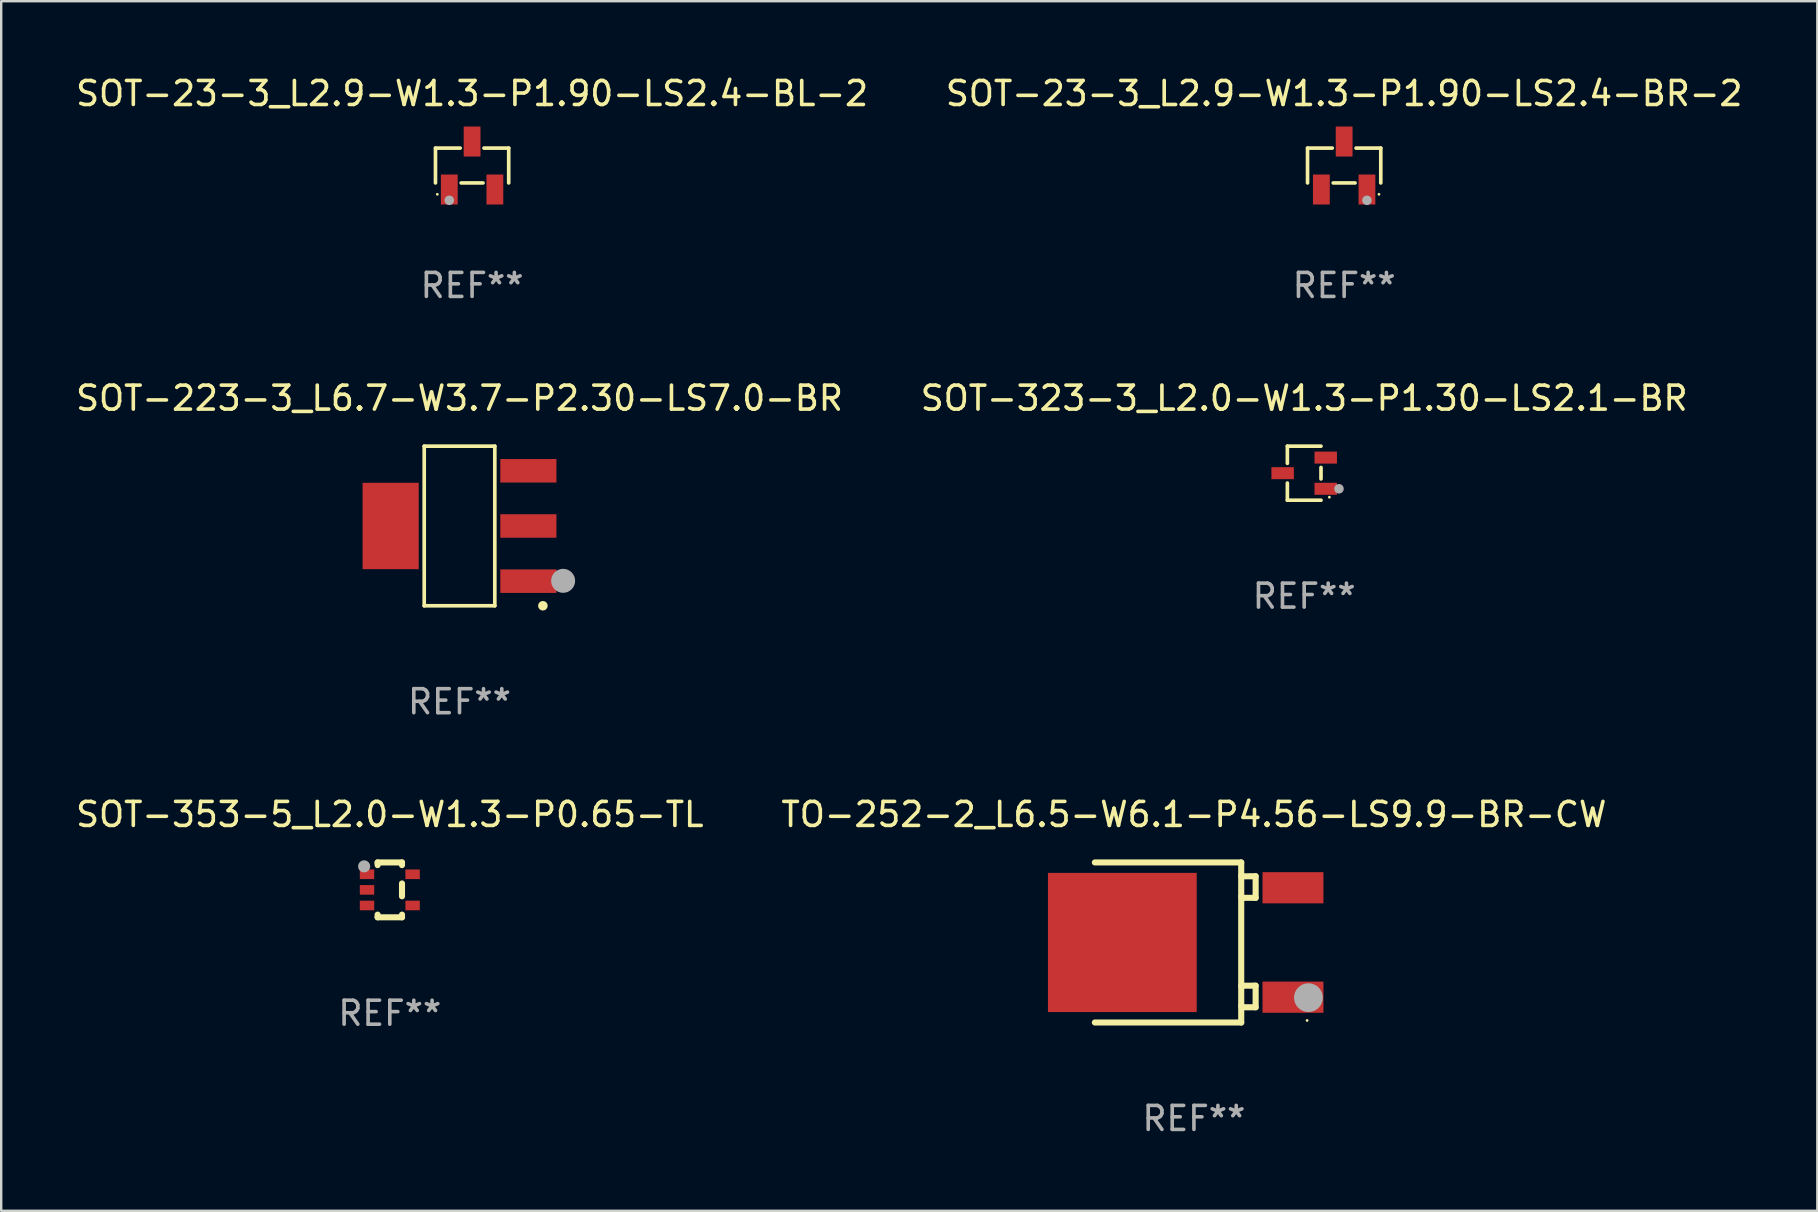
<source format=kicad_pcb>
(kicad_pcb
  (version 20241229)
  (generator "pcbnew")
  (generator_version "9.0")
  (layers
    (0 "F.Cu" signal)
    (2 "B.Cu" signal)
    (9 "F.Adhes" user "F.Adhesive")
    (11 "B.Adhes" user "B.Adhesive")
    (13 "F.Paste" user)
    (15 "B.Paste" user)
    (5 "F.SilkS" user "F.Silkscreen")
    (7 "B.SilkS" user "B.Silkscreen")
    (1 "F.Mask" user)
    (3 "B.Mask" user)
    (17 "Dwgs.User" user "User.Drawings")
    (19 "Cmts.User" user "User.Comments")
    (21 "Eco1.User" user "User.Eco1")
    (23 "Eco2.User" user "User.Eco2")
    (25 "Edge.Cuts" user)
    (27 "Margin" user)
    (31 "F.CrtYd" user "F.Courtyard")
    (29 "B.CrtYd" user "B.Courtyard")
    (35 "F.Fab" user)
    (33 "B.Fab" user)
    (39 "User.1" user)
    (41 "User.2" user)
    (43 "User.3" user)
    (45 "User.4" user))
  (footprint "TO-252-2_L6.5-W6.1-P4.56-LS9.9-BR-CW"
    (layer "F.Cu")
    (at 47.281 36.229)
    (property "Reference" "TO-252-2_L6.5-W6.1-P4.56-LS9.9-BR-CW" (at -0.572 -5.335 0) (layer "F.SilkS") (effects (font (size 1 1) (thickness 0.15))))
    (attr through_hole)
    (fp_line (start 1.399 -3.335) (end -4.701 -3.335) (stroke (width 0.254) (type solid)) (layer "F.SilkS"))
    (fp_line (start 1.399 -3.335) (end 1.399 3.335) (stroke (width 0.254) (type solid)) (layer "F.SilkS"))
    (fp_line (start 1.399 -2.757) (end 2 -2.76) (stroke (width 0.254) (type solid)) (layer "F.SilkS"))
    (fp_line (start 1.399 1.803) (end 2 1.8) (stroke (width 0.254) (type solid)) (layer "F.SilkS"))
    (fp_line (start 1.399 3.335) (end -4.701 3.335) (stroke (width 0.254) (type solid)) (layer "F.SilkS"))
    (fp_line (start 1.455 -1.86) (end 1.399 -1.916) (stroke (width 0.254) (type solid)) (layer "F.SilkS"))
    (fp_line (start 1.455 2.7) (end 1.399 2.644) (stroke (width 0.254) (type solid)) (layer "F.SilkS"))
    (fp_line (start 2 -2.76) (end 2 -1.86) (stroke (width 0.254) (type solid)) (layer "F.SilkS"))
    (fp_line (start 2 -1.86) (end 1.455 -1.86) (stroke (width 0.254) (type solid)) (layer "F.SilkS"))
    (fp_line (start 2 1.8) (end 2 2.7) (stroke (width 0.254) (type solid)) (layer "F.SilkS"))
    (fp_line (start 2 2.7) (end 1.455 2.7) (stroke (width 0.254) (type solid)) (layer "F.SilkS"))
    (fp_circle (center 4.144 3.25) (end 4.174 3.25) (stroke (width 0.06) (type solid)) (fill no) (layer "F.SilkS"))
    (fp_circle (center 4.2 2.3) (end 4.5 2.3) (stroke (width 0.6) (type solid)) (fill no) (layer "F.Fab"))
    (fp_text user "REF**" (at -0.572 7.335 0) (layer "F.Fab") (effects (font (size 1 1) (thickness 0.15))))
    (pad "1" smd rect (at 3.556 2.28) (size 2.54 1.3) (layers "F.Cu" "F.Mask" "F.Paste"))
    (pad "2" smd rect (at -3.556 0) (size 6.2 5.8) (layers "F.Cu" "F.Mask" "F.Paste"))
    (pad "3" smd rect (at 3.556 -2.28) (size 2.54 1.3) (layers "F.Cu" "F.Mask" "F.Paste")))
  (footprint "SOT-353-5_L2.0-W1.3-P0.65-TL"
    (layer "F.Cu")
    (at 13.196 34.037)
    (property "Reference" "SOT-353-5_L2.0-W1.3-P0.65-TL" (at 0 -3.143 0) (layer "F.SilkS") (effects (font (size 1 1) (thickness 0.15))))
    (attr through_hole)
    (fp_line (start -0.508 -1.143) (end 0.508 -1.143) (stroke (width 0.254) (type solid)) (layer "F.SilkS"))
    (fp_line (start -0.508 -1.032) (end -0.508 -1.143) (stroke (width 0.254) (type solid)) (layer "F.SilkS"))
    (fp_line (start -0.508 1.143) (end -0.508 1.032) (stroke (width 0.254) (type solid)) (layer "F.SilkS"))
    (fp_line (start 0.508 -1.143) (end 0.508 -1.032) (stroke (width 0.254) (type solid)) (layer "F.SilkS"))
    (fp_line (start 0.508 -0.268) (end 0.508 0.268) (stroke (width 0.254) (type solid)) (layer "F.SilkS"))
    (fp_line (start 0.508 1.032) (end 0.508 1.143) (stroke (width 0.254) (type solid)) (layer "F.SilkS"))
    (fp_line (start 0.508 1.143) (end -0.508 1.143) (stroke (width 0.254) (type solid)) (layer "F.SilkS"))
    (fp_circle (center -1.05 -1) (end -1.02 -1) (stroke (width 0.06) (type solid)) (fill no) (layer "F.SilkS"))
    (fp_circle (center -1.07 -0.98) (end -0.943 -0.98) (stroke (width 0.254) (type solid)) (fill no) (layer "F.Fab"))
    (fp_text user "REF**" (at 0 5.143 0) (layer "F.Fab") (effects (font (size 1 1) (thickness 0.15))))
    (pad "1" smd rect (at -0.95 -0.65 90) (size 0.4 0.6) (layers "F.Cu" "F.Mask" "F.Paste"))
    (pad "2" smd rect (at -0.95 0 90) (size 0.4 0.6) (layers "F.Cu" "F.Mask" "F.Paste"))
    (pad "3" smd rect (at -0.95 0.65 90) (size 0.4 0.6) (layers "F.Cu" "F.Mask" "F.Paste"))
    (pad "4" smd rect (at 0.95 0.65 90) (size 0.4 0.6) (layers "F.Cu" "F.Mask" "F.Paste"))
    (pad "5" smd rect (at 0.95 -0.65 90) (size 0.4 0.6) (layers "F.Cu" "F.Mask" "F.Paste")))
  (footprint "SOT-23-3_L2.9-W1.3-P1.90-LS2.4-BL-2"
    (layer "F.Cu")
    (at 16.625 3.848)
    (property "Reference" "SOT-23-3_L2.9-W1.3-P1.90-LS2.4-BL-2" (at 0 -3 0) (layer "F.SilkS") (effects (font (size 1 1) (thickness 0.15))))
    (attr through_hole)
    (fp_line (start -1.526 -0.726) (end -0.495 -0.726) (stroke (width 0.152) (type solid)) (layer "F.SilkS"))
    (fp_line (start -1.526 0.726) (end -1.526 -0.726) (stroke (width 0.152) (type solid)) (layer "F.SilkS"))
    (fp_line (start 0.455 0.726) (end -0.455 0.726) (stroke (width 0.152) (type solid)) (layer "F.SilkS"))
    (fp_line (start 1.526 -0.726) (end 0.495 -0.726) (stroke (width 0.152) (type solid)) (layer "F.SilkS"))
    (fp_line (start 1.526 0.726) (end 1.526 -0.726) (stroke (width 0.152) (type solid)) (layer "F.SilkS"))
    (fp_circle (center -1.45 1.2) (end -1.42 1.2) (stroke (width 0.06) (type solid)) (fill no) (layer "F.SilkS"))
    (fp_circle (center -0.95 1.45) (end -0.85 1.45) (stroke (width 0.2) (type solid)) (fill no) (layer "F.Fab"))
    (fp_text user "REF**" (at 0 5 0) (layer "F.Fab") (effects (font (size 1 1) (thickness 0.15))))
    (pad "1" smd rect (at -0.95 1 270) (size 1.25 0.7) (layers "F.Cu" "F.Mask" "F.Paste"))
    (pad "2" smd rect (at 0.95 1 270) (size 1.25 0.7) (layers "F.Cu" "F.Mask" "F.Paste"))
    (pad "3" smd rect (at 0 -1 270) (size 1.25 0.7) (layers "F.Cu" "F.Mask" "F.Paste")))
  (footprint "SOT-323-3_L2.0-W1.3-P1.30-LS2.1-BR"
    (layer "F.Cu")
    (at 51.304 16.671)
    (property "Reference" "SOT-323-3_L2.0-W1.3-P1.30-LS2.1-BR" (at 0 -3.126 0) (layer "F.SilkS") (effects (font (size 1 1) (thickness 0.15))))
    (attr through_hole)
    (fp_line (start -0.701 -1.126) (end -0.701 -0.411) (stroke (width 0.152) (type solid)) (layer "F.SilkS"))
    (fp_line (start -0.701 1.126) (end -0.701 0.411) (stroke (width 0.152) (type solid)) (layer "F.SilkS"))
    (fp_line (start 0.701 -1.126) (end -0.701 -1.126) (stroke (width 0.152) (type solid)) (layer "F.SilkS"))
    (fp_line (start 0.701 -0.239) (end 0.701 0.239) (stroke (width 0.152) (type solid)) (layer "F.SilkS"))
    (fp_line (start 0.701 1.126) (end -0.701 1.126) (stroke (width 0.152) (type solid)) (layer "F.SilkS"))
    (fp_circle (center 1.05 1) (end 1.08 1) (stroke (width 0.06) (type solid)) (fill no) (layer "F.SilkS"))
    (fp_circle (center 1.45 0.65) (end 1.55 0.65) (stroke (width 0.2) (type solid)) (fill no) (layer "F.Fab"))
    (fp_text user "REF**" (at 0 5.126 0) (layer "F.Fab") (effects (font (size 1 1) (thickness 0.15))))
    (pad "1" smd rect (at 0.898 0.65) (size 0.936 0.5) (layers "F.Cu" "F.Mask" "F.Paste"))
    (pad "2" smd rect (at 0.898 -0.65) (size 0.936 0.5) (layers "F.Cu" "F.Mask" "F.Paste"))
    (pad "3" smd rect (at -0.898 0) (size 0.936 0.5) (layers "F.Cu" "F.Mask" "F.Paste")))
  (footprint "SOT-223-3_L6.7-W3.7-P2.30-LS7.0-BR"
    (layer "F.Cu")
    (at 16.101 18.871)
    (property "Reference" "SOT-223-3_L6.7-W3.7-P2.30-LS7.0-BR" (at 0 -5.326 0) (layer "F.SilkS") (effects (font (size 1 1) (thickness 0.15))))
    (attr through_hole)
    (fp_line (start -1.471 -3.326) (end 1.471 -3.326) (stroke (width 0.152) (type solid)) (layer "F.SilkS"))
    (fp_line (start -1.471 3.326) (end -1.471 -3.326) (stroke (width 0.152) (type solid)) (layer "F.SilkS"))
    (fp_line (start 1.471 -3.326) (end 1.471 3.326) (stroke (width 0.152) (type solid)) (layer "F.SilkS"))
    (fp_line (start 1.471 3.326) (end -1.471 3.326) (stroke (width 0.152) (type solid)) (layer "F.SilkS"))
    (fp_circle (center 3.475 3.325) (end 3.575 3.325) (stroke (width 0.2) (type solid)) (fill no) (layer "F.SilkS"))
    (fp_circle (center 4.318 2.286) (end 4.568 2.286) (stroke (width 0.5) (type solid)) (fill no) (layer "F.Fab"))
    (fp_text user "REF**" (at 0 7.326 0) (layer "F.Fab") (effects (font (size 1 1) (thickness 0.15))))
    (pad "1" smd rect (at 2.87 2.3) (size 2.34 0.98) (layers "F.Cu" "F.Mask" "F.Paste"))
    (pad "2" smd rect (at 2.87 0) (size 2.34 0.98) (layers "F.Cu" "F.Mask" "F.Paste"))
    (pad "3" smd rect (at 2.87 -2.3) (size 2.34 0.98) (layers "F.Cu" "F.Mask" "F.Paste"))
    (pad "4" smd rect (at -2.87 0) (size 2.34 3.6) (layers "F.Cu" "F.Mask" "F.Paste")))
  (footprint "SOT-23-3_L2.9-W1.3-P1.90-LS2.4-BR-2"
    (layer "F.Cu")
    (at 52.97 3.848)
    (property "Reference" "SOT-23-3_L2.9-W1.3-P1.90-LS2.4-BR-2" (at 0 -3 0) (layer "F.SilkS") (effects (font (size 1 1) (thickness 0.15))))
    (attr through_hole)
    (fp_line (start -1.526 -0.726) (end -0.495 -0.726) (stroke (width 0.152) (type solid)) (layer "F.SilkS"))
    (fp_line (start -1.526 0.726) (end -1.526 -0.726) (stroke (width 0.152) (type solid)) (layer "F.SilkS"))
    (fp_line (start 0.455 0.726) (end -0.455 0.726) (stroke (width 0.152) (type solid)) (layer "F.SilkS"))
    (fp_line (start 1.526 -0.726) (end 0.495 -0.726) (stroke (width 0.152) (type solid)) (layer "F.SilkS"))
    (fp_line (start 1.526 0.726) (end 1.526 -0.726) (stroke (width 0.152) (type solid)) (layer "F.SilkS"))
    (fp_circle (center 1.45 1.2) (end 1.48 1.2) (stroke (width 0.06) (type solid)) (fill no) (layer "F.SilkS"))
    (fp_circle (center 0.95 1.45) (end 1.05 1.45) (stroke (width 0.2) (type solid)) (fill no) (layer "F.Fab"))
    (fp_text user "REF**" (at 0 5 0) (layer "F.Fab") (effects (font (size 1 1) (thickness 0.15))))
    (pad "1" smd rect (at 0.95 1) (size 0.7 1.25) (layers "F.Cu" "F.Mask" "F.Paste"))
    (pad "2" smd rect (at -0.95 1) (size 0.7 1.25) (layers "F.Cu" "F.Mask" "F.Paste"))
    (pad "3" smd rect (at 0 -1) (size 0.7 1.25) (layers "F.Cu" "F.Mask" "F.Paste")))
  (gr_rect
    (start -3 -3)
    (end 72.69 47.412)
    (stroke (width 0.1) (type default))
    (fill no)
    (layer "Edge.Cuts")))
</source>
